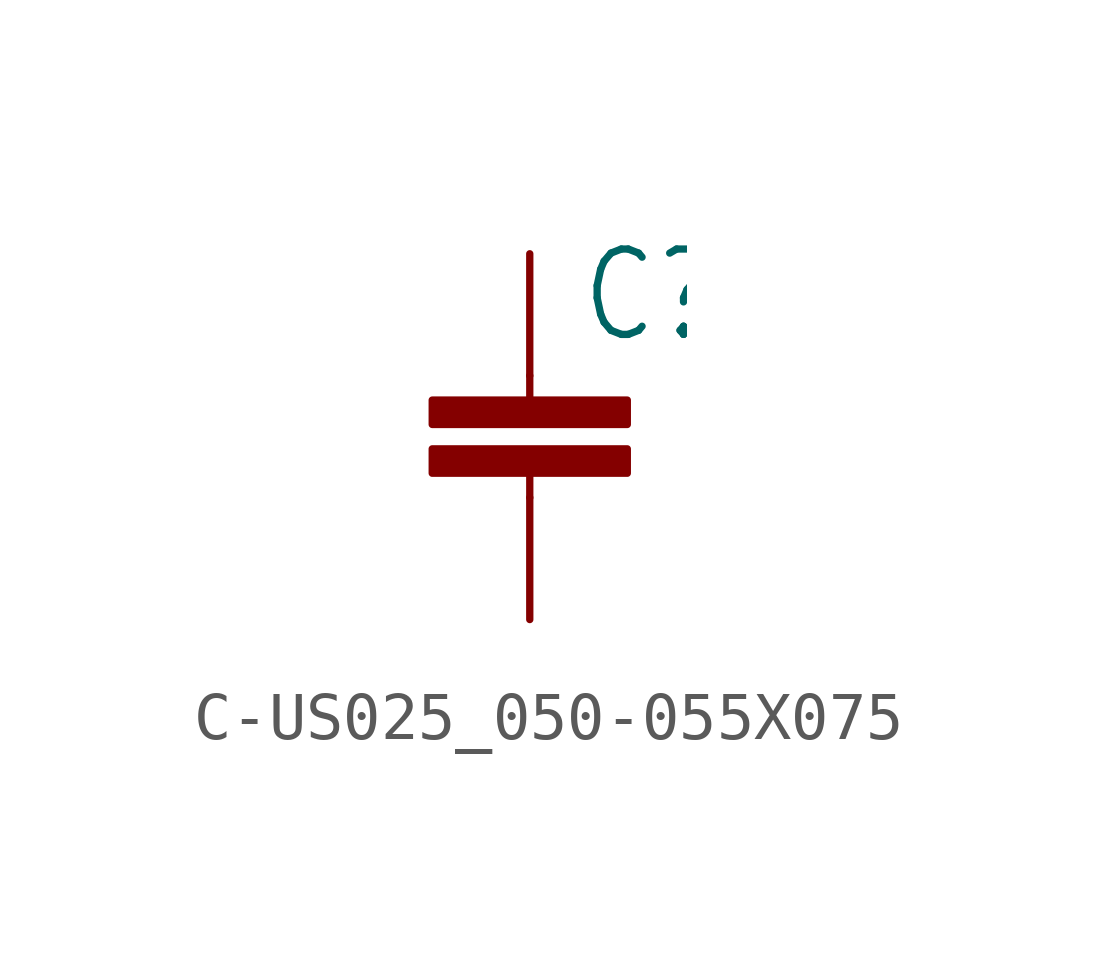
<source format=kicad_sym>
(kicad_symbol_lib
  (version 20231120)
  (generator "kicad_symbol_editor")
  (generator_version "8.99")
  (symbol "C-US025_050-055X075"
    (property "Reference" "C"
      (at 1.016 0.635 0)
      (effects (font (size 1.778 1.511)) (justify left bottom)))
    (property "Value" ""
      (at 1.016 -4.191 0)
      (effects (font (size 1.778 1.511)) (justify left bottom)))
    (property "ki_locked" ""
      (at 0 0 0)
      (effects (font (size 1.27 1.27))))
    (symbol "C-US025_050-055X075_1_0"
      (rectangle (start -2.032 -2.032) (end 2.032 -1.524) (stroke (width 0) (type default)) (fill (type outline)))
      (rectangle (start -2.032 -1.016) (end 2.032 -0.508) (stroke (width 0) (type default)) (fill (type outline)))
      (polyline (pts (xy 0 -2.54) (xy 0 -2.032)) (stroke (width 0.152) (type solid)) (fill (type none)))
      (polyline (pts (xy 0 0) (xy 0 -0.508)) (stroke (width 0.152) (type solid)) (fill (type none)))
      (pin passive line (at 0 2.54 270) (length 2.54) (name "1" (effects (font (size 0 0)))) (number "1" (effects (font (size 0 0)))))
      (pin passive line (at 0 -5.08 90) (length 2.54) (name "2" (effects (font (size 0 0)))) (number "2" (effects (font (size 0 0))))))))
</source>
